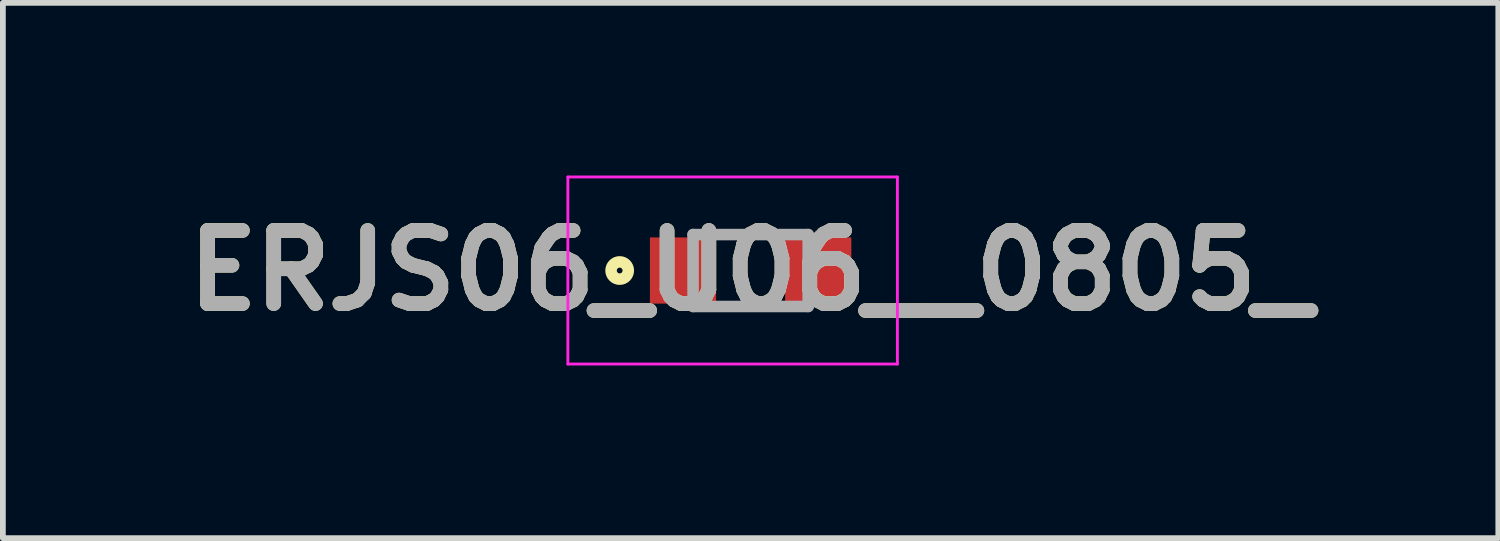
<source format=kicad_pcb>
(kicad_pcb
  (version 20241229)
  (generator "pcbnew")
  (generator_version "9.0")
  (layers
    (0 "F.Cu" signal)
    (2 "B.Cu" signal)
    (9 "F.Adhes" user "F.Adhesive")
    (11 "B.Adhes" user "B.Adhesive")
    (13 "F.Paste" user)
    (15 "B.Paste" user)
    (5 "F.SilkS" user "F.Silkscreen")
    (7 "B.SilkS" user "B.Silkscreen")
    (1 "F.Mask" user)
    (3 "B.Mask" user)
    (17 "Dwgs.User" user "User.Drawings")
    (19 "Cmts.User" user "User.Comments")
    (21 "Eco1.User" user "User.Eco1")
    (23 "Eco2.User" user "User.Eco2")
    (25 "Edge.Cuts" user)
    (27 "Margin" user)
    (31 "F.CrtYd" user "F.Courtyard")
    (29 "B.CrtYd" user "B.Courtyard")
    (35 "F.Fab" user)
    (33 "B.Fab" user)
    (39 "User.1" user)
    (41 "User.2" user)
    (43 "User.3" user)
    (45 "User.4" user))
  (footprint "ERJS06_U06__0805_"
    (layer "F.Cu")
    (at 9.991 1.65)
    (property "Reference" "ERJS06_U06__0805_" (at 0 0 0) (layer "F.SilkS") (effects (font (size 1.27 1.27) (thickness 0.254))))
    (attr smd)
    (fp_circle (center -2.275 0) (end -2.275 0.05) (stroke (width 0.2) (type solid)) (fill no) (layer "F.SilkS"))
    (fp_line (start -3.175 -1.625) (end 2.55 -1.625) (stroke (width 0.05) (type solid)) (layer "F.CrtYd"))
    (fp_line (start -3.175 1.625) (end -3.175 -1.625) (stroke (width 0.05) (type solid)) (layer "F.CrtYd"))
    (fp_line (start 2.55 -1.625) (end 2.55 1.625) (stroke (width 0.05) (type solid)) (layer "F.CrtYd"))
    (fp_line (start 2.55 1.625) (end -3.175 1.625) (stroke (width 0.05) (type solid)) (layer "F.CrtYd"))
    (fp_line (start -1 -0.625) (end 1 -0.625) (stroke (width 0.2) (type solid)) (layer "F.Fab"))
    (fp_line (start -1 0.625) (end -1 -0.625) (stroke (width 0.2) (type solid)) (layer "F.Fab"))
    (fp_line (start 1 -0.625) (end 1 0.625) (stroke (width 0.2) (type solid)) (layer "F.Fab"))
    (fp_line (start 1 0.625) (end -1 0.625) (stroke (width 0.2) (type solid)) (layer "F.Fab"))
    (fp_text user "${REFERENCE}" (at 0 0 0) (layer "F.Fab") (effects (font (size 1.27 1.27) (thickness 0.254))))
    (pad "1" smd rect (at -1.175 0 90) (size 1.15 1.15) (layers "F.Cu" "F.Mask" "F.Paste"))
    (pad "2" smd rect (at 1.175 0 90) (size 1.15 1.15) (layers "F.Cu" "F.Mask" "F.Paste")))
  (gr_rect
    (start -3 -3)
    (end 22.981 6.3)
    (stroke (width 0.1) (type default))
    (fill no)
    (layer "Edge.Cuts")))
</source>
